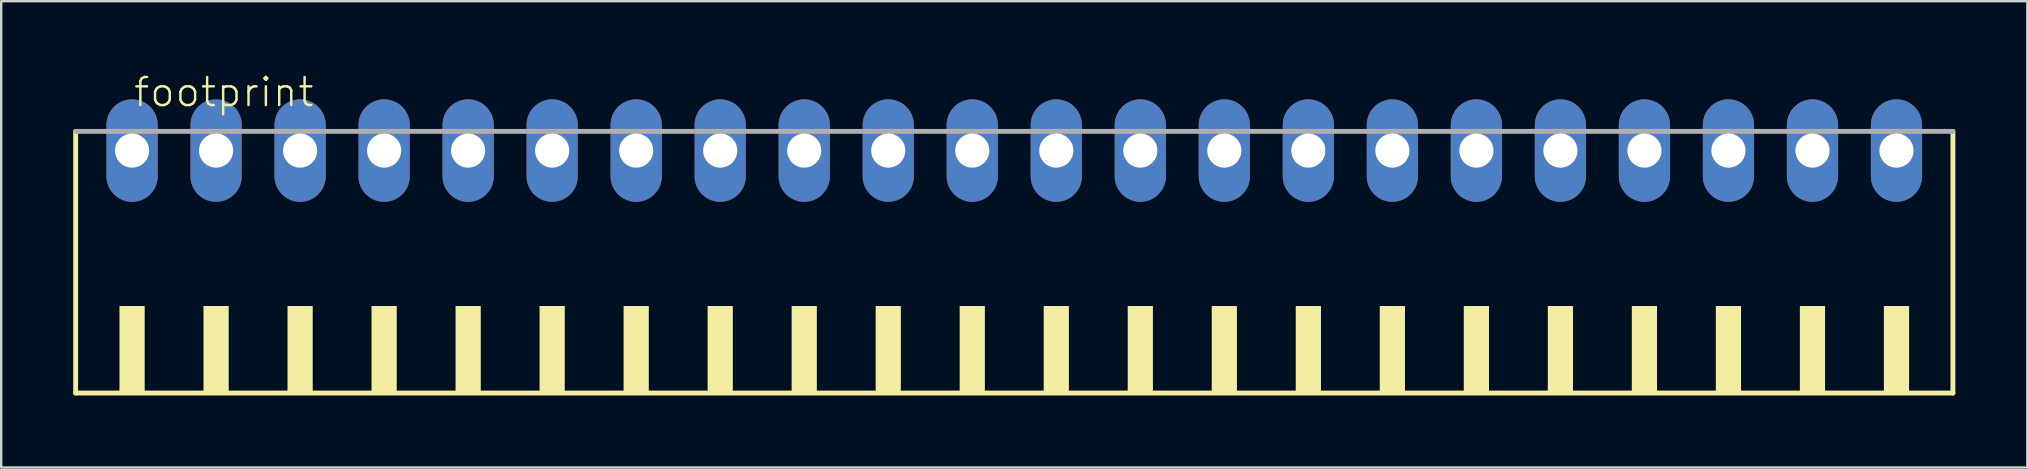
<source format=kicad_pcb>
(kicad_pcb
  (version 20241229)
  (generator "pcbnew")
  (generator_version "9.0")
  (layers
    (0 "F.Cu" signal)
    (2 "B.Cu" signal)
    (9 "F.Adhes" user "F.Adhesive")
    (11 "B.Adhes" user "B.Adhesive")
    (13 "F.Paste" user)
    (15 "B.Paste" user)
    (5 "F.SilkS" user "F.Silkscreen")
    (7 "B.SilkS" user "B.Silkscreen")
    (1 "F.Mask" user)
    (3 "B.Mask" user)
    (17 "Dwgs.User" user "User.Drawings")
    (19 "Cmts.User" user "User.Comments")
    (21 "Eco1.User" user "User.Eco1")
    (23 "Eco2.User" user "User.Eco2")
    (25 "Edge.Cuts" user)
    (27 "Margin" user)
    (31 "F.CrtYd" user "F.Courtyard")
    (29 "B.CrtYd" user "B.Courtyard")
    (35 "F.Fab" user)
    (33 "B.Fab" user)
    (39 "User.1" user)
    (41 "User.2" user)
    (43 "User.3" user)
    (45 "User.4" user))
  (footprint "footprint"
    (layer "F.Cu")
    (at 39.202 8.473)
    (property "Reference" "footprint" (at -36.75 -7 0) (layer "F.SilkS") (effects (font (size 1.168 1.168) (thickness 0.102)) (justify left bottom)))
    (fp_line (start -39.1 -6.05) (end -39.1 4.85) (stroke (width 0.203) (type solid)) (layer "F.SilkS"))
    (fp_line (start -39.1 4.85) (end 39.1 4.85) (stroke (width 0.203) (type solid)) (layer "F.SilkS"))
    (fp_line (start 39.1 4.85) (end 39.1 -6.05) (stroke (width 0.203) (type solid)) (layer "F.SilkS"))
    (fp_poly (pts (xy -37.275 4.9) (xy -36.225 4.9) (xy -36.225 1.225) (xy -37.275 1.225)) (stroke (width 0) (type solid)) (fill yes) (layer "F.SilkS"))
    (fp_poly (pts (xy -33.775 4.9) (xy -32.725 4.9) (xy -32.725 1.225) (xy -33.775 1.225)) (stroke (width 0) (type solid)) (fill yes) (layer "F.SilkS"))
    (fp_poly (pts (xy -30.275 4.9) (xy -29.225 4.9) (xy -29.225 1.225) (xy -30.275 1.225)) (stroke (width 0) (type solid)) (fill yes) (layer "F.SilkS"))
    (fp_poly (pts (xy -26.775 4.9) (xy -25.725 4.9) (xy -25.725 1.225) (xy -26.775 1.225)) (stroke (width 0) (type solid)) (fill yes) (layer "F.SilkS"))
    (fp_poly (pts (xy -23.275 4.9) (xy -22.225 4.9) (xy -22.225 1.225) (xy -23.275 1.225)) (stroke (width 0) (type solid)) (fill yes) (layer "F.SilkS"))
    (fp_poly (pts (xy -19.775 4.9) (xy -18.725 4.9) (xy -18.725 1.225) (xy -19.775 1.225)) (stroke (width 0) (type solid)) (fill yes) (layer "F.SilkS"))
    (fp_poly (pts (xy -16.275 4.9) (xy -15.225 4.9) (xy -15.225 1.225) (xy -16.275 1.225)) (stroke (width 0) (type solid)) (fill yes) (layer "F.SilkS"))
    (fp_poly (pts (xy -12.775 4.9) (xy -11.725 4.9) (xy -11.725 1.225) (xy -12.775 1.225)) (stroke (width 0) (type solid)) (fill yes) (layer "F.SilkS"))
    (fp_poly (pts (xy -9.275 4.9) (xy -8.225 4.9) (xy -8.225 1.225) (xy -9.275 1.225)) (stroke (width 0) (type solid)) (fill yes) (layer "F.SilkS"))
    (fp_poly (pts (xy -5.775 4.9) (xy -4.725 4.9) (xy -4.725 1.225) (xy -5.775 1.225)) (stroke (width 0) (type solid)) (fill yes) (layer "F.SilkS"))
    (fp_poly (pts (xy -2.275 4.9) (xy -1.225 4.9) (xy -1.225 1.225) (xy -2.275 1.225)) (stroke (width 0) (type solid)) (fill yes) (layer "F.SilkS"))
    (fp_poly (pts (xy 1.225 4.9) (xy 2.275 4.9) (xy 2.275 1.225) (xy 1.225 1.225)) (stroke (width 0) (type solid)) (fill yes) (layer "F.SilkS"))
    (fp_poly (pts (xy 4.725 4.9) (xy 5.775 4.9) (xy 5.775 1.225) (xy 4.725 1.225)) (stroke (width 0) (type solid)) (fill yes) (layer "F.SilkS"))
    (fp_poly (pts (xy 8.225 4.9) (xy 9.275 4.9) (xy 9.275 1.225) (xy 8.225 1.225)) (stroke (width 0) (type solid)) (fill yes) (layer "F.SilkS"))
    (fp_poly (pts (xy 11.725 4.9) (xy 12.775 4.9) (xy 12.775 1.225) (xy 11.725 1.225)) (stroke (width 0) (type solid)) (fill yes) (layer "F.SilkS"))
    (fp_poly (pts (xy 15.225 4.9) (xy 16.275 4.9) (xy 16.275 1.225) (xy 15.225 1.225)) (stroke (width 0) (type solid)) (fill yes) (layer "F.SilkS"))
    (fp_poly (pts (xy 18.725 4.9) (xy 19.775 4.9) (xy 19.775 1.225) (xy 18.725 1.225)) (stroke (width 0) (type solid)) (fill yes) (layer "F.SilkS"))
    (fp_poly (pts (xy 22.225 4.9) (xy 23.275 4.9) (xy 23.275 1.225) (xy 22.225 1.225)) (stroke (width 0) (type solid)) (fill yes) (layer "F.SilkS"))
    (fp_poly (pts (xy 25.725 4.9) (xy 26.775 4.9) (xy 26.775 1.225) (xy 25.725 1.225)) (stroke (width 0) (type solid)) (fill yes) (layer "F.SilkS"))
    (fp_poly (pts (xy 29.225 4.9) (xy 30.275 4.9) (xy 30.275 1.225) (xy 29.225 1.225)) (stroke (width 0) (type solid)) (fill yes) (layer "F.SilkS"))
    (fp_poly (pts (xy 32.725 4.9) (xy 33.775 4.9) (xy 33.775 1.225) (xy 32.725 1.225)) (stroke (width 0) (type solid)) (fill yes) (layer "F.SilkS"))
    (fp_poly (pts (xy 36.225 4.9) (xy 37.275 4.9) (xy 37.275 1.225) (xy 36.225 1.225)) (stroke (width 0) (type solid)) (fill yes) (layer "F.SilkS"))
    (fp_line (start 39.1 -6.05) (end -39.1 -6.05) (stroke (width 0.203) (type solid)) (layer "F.Fab"))
    (pad "1" thru_hole oval (at -36.75 -5.25 90) (size 4.267 2.134) (drill 1.422) (layers "*.Cu" "*.Mask"))
    (pad "2" thru_hole oval (at -33.25 -5.25 90) (size 4.267 2.134) (drill 1.422) (layers "*.Cu" "*.Mask"))
    (pad "3" thru_hole oval (at -29.75 -5.25 90) (size 4.267 2.134) (drill 1.422) (layers "*.Cu" "*.Mask"))
    (pad "4" thru_hole oval (at -26.25 -5.25 90) (size 4.267 2.134) (drill 1.422) (layers "*.Cu" "*.Mask"))
    (pad "5" thru_hole oval (at -22.75 -5.25 90) (size 4.267 2.134) (drill 1.422) (layers "*.Cu" "*.Mask"))
    (pad "6" thru_hole oval (at -19.25 -5.25 90) (size 4.267 2.134) (drill 1.422) (layers "*.Cu" "*.Mask"))
    (pad "7" thru_hole oval (at -15.75 -5.25 90) (size 4.267 2.134) (drill 1.422) (layers "*.Cu" "*.Mask"))
    (pad "8" thru_hole oval (at -12.25 -5.25 90) (size 4.267 2.134) (drill 1.422) (layers "*.Cu" "*.Mask"))
    (pad "9" thru_hole oval (at -8.75 -5.25 90) (size 4.267 2.134) (drill 1.422) (layers "*.Cu" "*.Mask"))
    (pad "10" thru_hole oval (at -5.25 -5.25 90) (size 4.267 2.134) (drill 1.422) (layers "*.Cu" "*.Mask"))
    (pad "11" thru_hole oval (at -1.75 -5.25 90) (size 4.267 2.134) (drill 1.422) (layers "*.Cu" "*.Mask"))
    (pad "12" thru_hole oval (at 1.75 -5.25 90) (size 4.267 2.134) (drill 1.422) (layers "*.Cu" "*.Mask"))
    (pad "13" thru_hole oval (at 5.25 -5.25 90) (size 4.267 2.134) (drill 1.422) (layers "*.Cu" "*.Mask"))
    (pad "14" thru_hole oval (at 8.75 -5.25 90) (size 4.267 2.134) (drill 1.422) (layers "*.Cu" "*.Mask"))
    (pad "15" thru_hole oval (at 12.25 -5.25 90) (size 4.267 2.134) (drill 1.422) (layers "*.Cu" "*.Mask"))
    (pad "16" thru_hole oval (at 15.75 -5.25 90) (size 4.267 2.134) (drill 1.422) (layers "*.Cu" "*.Mask"))
    (pad "17" thru_hole oval (at 19.25 -5.25 90) (size 4.267 2.134) (drill 1.422) (layers "*.Cu" "*.Mask"))
    (pad "18" thru_hole oval (at 22.75 -5.25 90) (size 4.267 2.134) (drill 1.422) (layers "*.Cu" "*.Mask"))
    (pad "19" thru_hole oval (at 26.25 -5.25 90) (size 4.267 2.134) (drill 1.422) (layers "*.Cu" "*.Mask"))
    (pad "20" thru_hole oval (at 29.75 -5.25 90) (size 4.267 2.134) (drill 1.422) (layers "*.Cu" "*.Mask"))
    (pad "21" thru_hole oval (at 33.25 -5.25 90) (size 4.267 2.134) (drill 1.422) (layers "*.Cu" "*.Mask"))
    (pad "22" thru_hole oval (at 36.75 -5.25 90) (size 4.267 2.134) (drill 1.422) (layers "*.Cu" "*.Mask")))
  (gr_rect
    (start -3 -3)
    (end 81.403 16.425)
    (stroke (width 0.1) (type default))
    (fill no)
    (layer "Edge.Cuts")))
</source>
